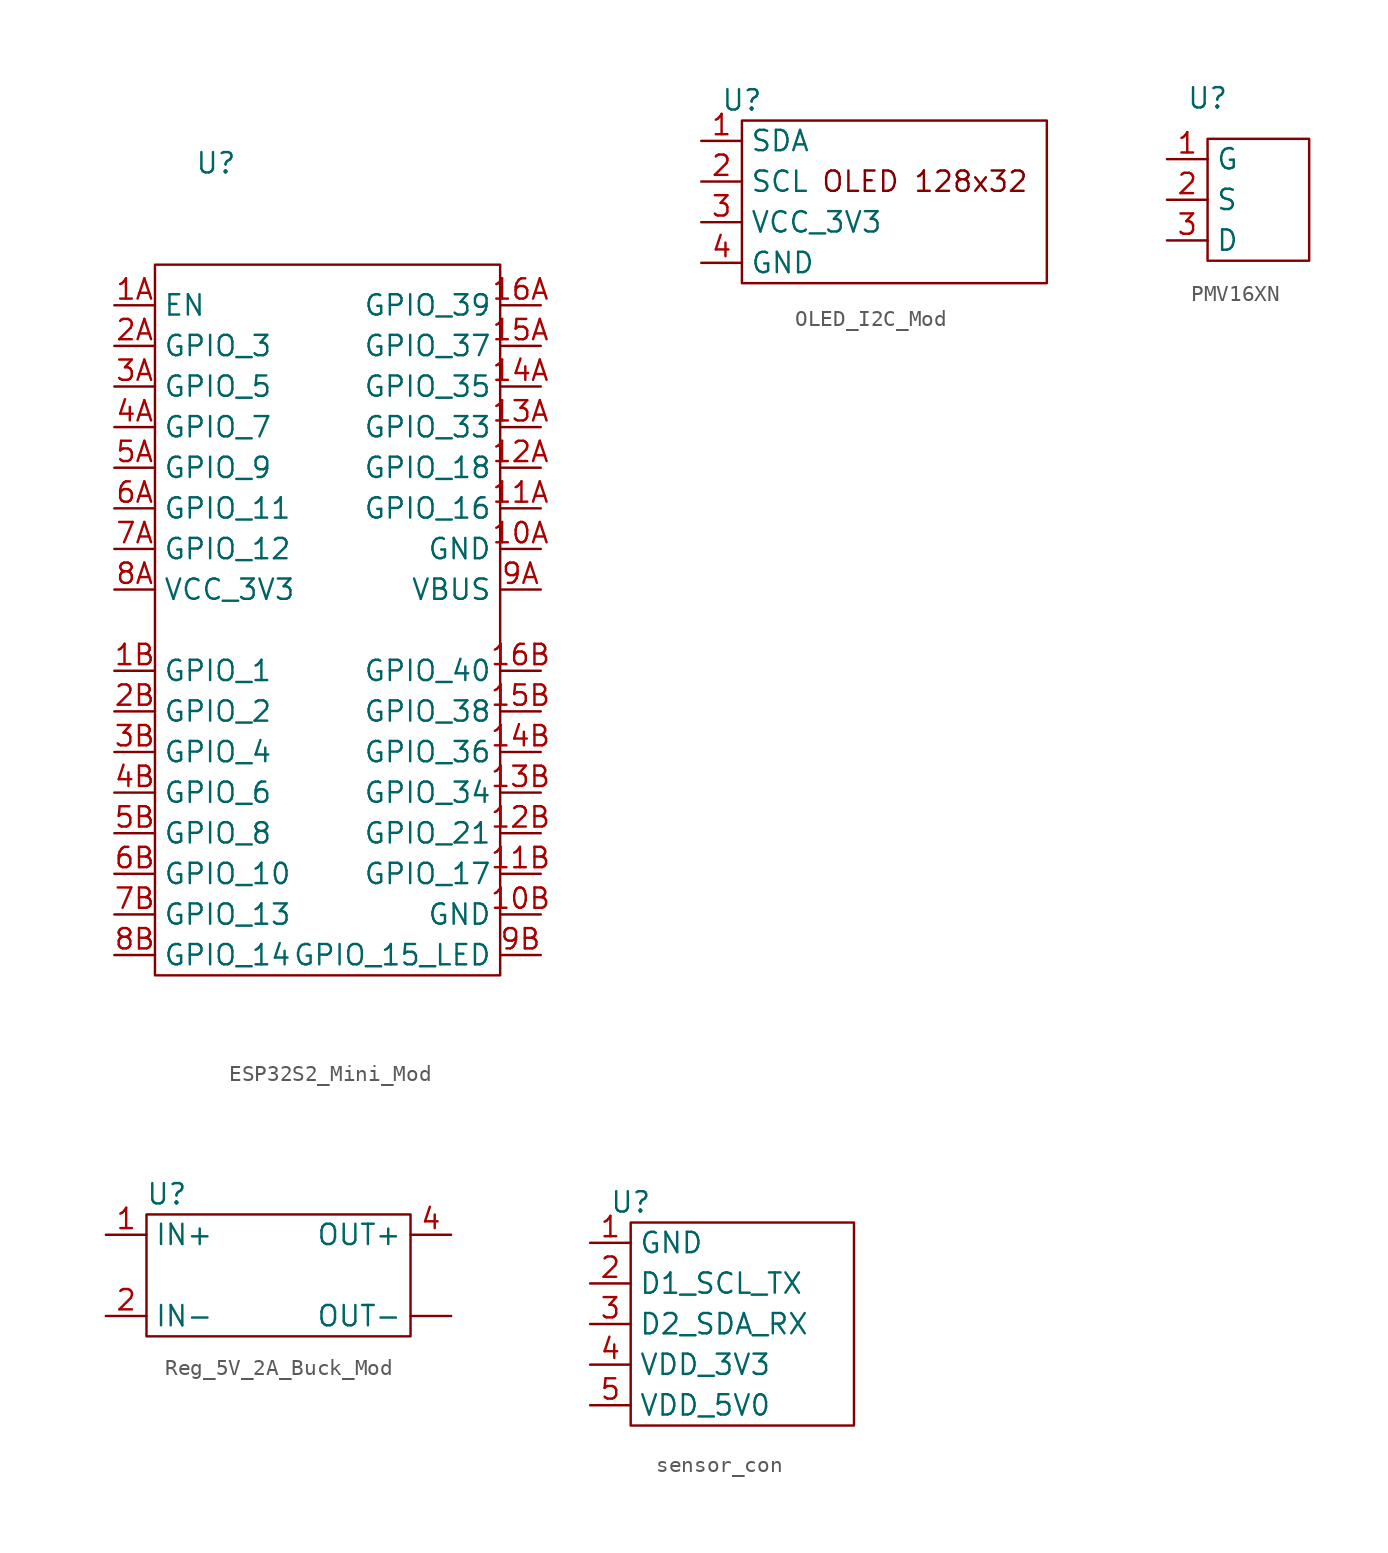
<source format=kicad_sym>
(kicad_symbol_lib
  (version 20220914)
  (generator kicad_symbol_editor)
  (symbol "ESP32S2_Mini_Mod"
    (property "Reference" "U"
      (at 0 0 0)
      (effects (font (size 1.27 1.27))))
    (property "Value" ""
      (at 0 0 0)
      (effects (font (size 1.27 1.27))))
    (symbol "ESP32S2_Mini_Mod_0_1"
      (polyline (pts (xy -3.81 -6.35) (xy 17.78 -6.35) (xy 17.78 -50.8) (xy -3.81 -50.8) (xy -3.81 -6.35)) (stroke (width 0) (type default)) (fill (type none))))
    (symbol "ESP32S2_Mini_Mod_1_1"
      (pin passive line (at 20.32 -24.13 180) (length 2.54) (name "GND" (effects (font (size 1.27 1.27)))) (number "10A" (effects (font (size 1.27 1.27)))))
      (pin passive line (at 20.32 -46.99 180) (length 2.54) (name "GND" (effects (font (size 1.27 1.27)))) (number "10B" (effects (font (size 1.27 1.27)))))
      (pin bidirectional line (at 20.32 -21.59 180) (length 2.54) (name "GPIO_16" (effects (font (size 1.27 1.27)))) (number "11A" (effects (font (size 1.27 1.27)))))
      (pin bidirectional line (at 20.32 -44.45 180) (length 2.54) (name "GPIO_17" (effects (font (size 1.27 1.27)))) (number "11B" (effects (font (size 1.27 1.27)))))
      (pin bidirectional line (at 20.32 -19.05 180) (length 2.54) (name "GPIO_18" (effects (font (size 1.27 1.27)))) (number "12A" (effects (font (size 1.27 1.27)))))
      (pin bidirectional line (at 20.32 -41.91 180) (length 2.54) (name "GPIO_21" (effects (font (size 1.27 1.27)))) (number "12B" (effects (font (size 1.27 1.27)))))
      (pin bidirectional line (at 20.32 -16.51 180) (length 2.54) (name "GPIO_33" (effects (font (size 1.27 1.27)))) (number "13A" (effects (font (size 1.27 1.27)))))
      (pin bidirectional line (at 20.32 -39.37 180) (length 2.54) (name "GPIO_34" (effects (font (size 1.27 1.27)))) (number "13B" (effects (font (size 1.27 1.27)))))
      (pin bidirectional line (at 20.32 -13.97 180) (length 2.54) (name "GPIO_35" (effects (font (size 1.27 1.27)))) (number "14A" (effects (font (size 1.27 1.27)))))
      (pin bidirectional line (at 20.32 -36.83 180) (length 2.54) (name "GPIO_36" (effects (font (size 1.27 1.27)))) (number "14B" (effects (font (size 1.27 1.27)))))
      (pin bidirectional line (at 20.32 -11.43 180) (length 2.54) (name "GPIO_37" (effects (font (size 1.27 1.27)))) (number "15A" (effects (font (size 1.27 1.27)))))
      (pin bidirectional line (at 20.32 -34.29 180) (length 2.54) (name "GPIO_38" (effects (font (size 1.27 1.27)))) (number "15B" (effects (font (size 1.27 1.27)))))
      (pin bidirectional line (at 20.32 -8.89 180) (length 2.54) (name "GPIO_39" (effects (font (size 1.27 1.27)))) (number "16A" (effects (font (size 1.27 1.27)))))
      (pin bidirectional line (at 20.32 -31.75 180) (length 2.54) (name "GPIO_40" (effects (font (size 1.27 1.27)))) (number "16B" (effects (font (size 1.27 1.27)))))
      (pin input line (at -6.35 -8.89 0) (length 2.54) (name "EN" (effects (font (size 1.27 1.27)))) (number "1A" (effects (font (size 1.27 1.27)))))
      (pin bidirectional line (at -6.35 -31.75 0) (length 2.54) (name "GPIO_1" (effects (font (size 1.27 1.27)))) (number "1B" (effects (font (size 1.27 1.27)))))
      (pin bidirectional line (at -6.35 -11.43 0) (length 2.54) (name "GPIO_3" (effects (font (size 1.27 1.27)))) (number "2A" (effects (font (size 1.27 1.27)))))
      (pin bidirectional line (at -6.35 -34.29 0) (length 2.54) (name "GPIO_2" (effects (font (size 1.27 1.27)))) (number "2B" (effects (font (size 1.27 1.27)))))
      (pin bidirectional line (at -6.35 -13.97 0) (length 2.54) (name "GPIO_5" (effects (font (size 1.27 1.27)))) (number "3A" (effects (font (size 1.27 1.27)))))
      (pin bidirectional line (at -6.35 -36.83 0) (length 2.54) (name "GPIO_4" (effects (font (size 1.27 1.27)))) (number "3B" (effects (font (size 1.27 1.27)))))
      (pin bidirectional line (at -6.35 -16.51 0) (length 2.54) (name "GPIO_7" (effects (font (size 1.27 1.27)))) (number "4A" (effects (font (size 1.27 1.27)))))
      (pin bidirectional line (at -6.35 -39.37 0) (length 2.54) (name "GPIO_6" (effects (font (size 1.27 1.27)))) (number "4B" (effects (font (size 1.27 1.27)))))
      (pin bidirectional line (at -6.35 -19.05 0) (length 2.54) (name "GPIO_9" (effects (font (size 1.27 1.27)))) (number "5A" (effects (font (size 1.27 1.27)))))
      (pin bidirectional line (at -6.35 -41.91 0) (length 2.54) (name "GPIO_8" (effects (font (size 1.27 1.27)))) (number "5B" (effects (font (size 1.27 1.27)))))
      (pin bidirectional line (at -6.35 -21.59 0) (length 2.54) (name "GPIO_11" (effects (font (size 1.27 1.27)))) (number "6A" (effects (font (size 1.27 1.27)))))
      (pin bidirectional line (at -6.35 -44.45 0) (length 2.54) (name "GPIO_10" (effects (font (size 1.27 1.27)))) (number "6B" (effects (font (size 1.27 1.27)))))
      (pin bidirectional line (at -6.35 -24.13 0) (length 2.54) (name "GPIO_12" (effects (font (size 1.27 1.27)))) (number "7A" (effects (font (size 1.27 1.27)))))
      (pin bidirectional line (at -6.35 -46.99 0) (length 2.54) (name "GPIO_13" (effects (font (size 1.27 1.27)))) (number "7B" (effects (font (size 1.27 1.27)))))
      (pin input line (at -6.35 -26.67 0) (length 2.54) (name "VCC_3V3" (effects (font (size 1.27 1.27)))) (number "8A" (effects (font (size 1.27 1.27)))))
      (pin bidirectional line (at -6.35 -49.53 0) (length 2.54) (name "GPIO_14" (effects (font (size 1.27 1.27)))) (number "8B" (effects (font (size 1.27 1.27)))))
      (pin bidirectional line (at 20.32 -26.67 180) (length 2.54) (name "VBUS" (effects (font (size 1.27 1.27)))) (number "9A" (effects (font (size 1.27 1.27)))))
      (pin bidirectional line (at 20.32 -49.53 180) (length 2.54) (name "GPIO_15_LED" (effects (font (size 1.27 1.27)))) (number "9B" (effects (font (size 1.27 1.27)))))))
  (symbol "OLED_I2C_Mod"
    (property "Reference" "U"
      (at 0 0 0)
      (effects (font (size 1.27 1.27))))
    (property "Value" ""
      (at 0 0 0)
      (effects (font (size 1.27 1.27))))
    (symbol "OLED_I2C_Mod_0_1"
      (polyline (pts (xy 0 -1.27) (xy 0 -11.43) (xy 19.05 -11.43) (xy 19.05 -1.27) (xy 0 -1.27)) (stroke (width 0) (type default)) (fill (type none))))
    (symbol "OLED_I2C_Mod_1_1"
      (text "OLED 128x32" (at 11.43 -5.08 0) (effects (font (size 1.27 1.27))))
      (pin bidirectional line (at -2.54 -2.54 0) (length 2.54) (name "SDA" (effects (font (size 1.27 1.27)))) (number "1" (effects (font (size 1.27 1.27)))))
      (pin input line (at -2.54 -5.08 0) (length 2.54) (name "SCL" (effects (font (size 1.27 1.27)))) (number "2" (effects (font (size 1.27 1.27)))))
      (pin input line (at -2.54 -7.62 0) (length 2.54) (name "VCC_3V3" (effects (font (size 1.27 1.27)))) (number "3" (effects (font (size 1.27 1.27)))))
      (pin passive line (at -2.54 -10.16 0) (length 2.54) (name "GND" (effects (font (size 1.27 1.27)))) (number "4" (effects (font (size 1.27 1.27)))))))
  (symbol "PMV16XN"
    (property "Reference" "U"
      (at 0 0 0)
      (effects (font (size 1.27 1.27))))
    (property "Value" ""
      (at 0 0 0)
      (effects (font (size 1.27 1.27))))
    (symbol "PMV16XN_0_1"
      (polyline (pts (xy 0 -2.54) (xy 0 -10.16) (xy 6.35 -10.16) (xy 6.35 -2.54) (xy 0 -2.54)) (stroke (width 0) (type default)) (fill (type none))))
    (symbol "PMV16XN_1_1"
      (pin input line (at -2.54 -3.81 0) (length 2.54) (name "G" (effects (font (size 1.27 1.27)))) (number "1" (effects (font (size 1.27 1.27)))))
      (pin input line (at -2.54 -6.35 0) (length 2.54) (name "S" (effects (font (size 1.27 1.27)))) (number "2" (effects (font (size 1.27 1.27)))))
      (pin output line (at -2.54 -8.89 0) (length 2.54) (name "D" (effects (font (size 1.27 1.27)))) (number "3" (effects (font (size 1.27 1.27)))))))
  (symbol "Reg_5V_2A_Buck_Mod"
    (property "Reference" "U"
      (at 3.81 0 0)
      (effects (font (size 1.27 1.27))))
    (property "Value" ""
      (at 0 0 0)
      (effects (font (size 1.27 1.27))))
    (symbol "Reg_5V_2A_Buck_Mod_0_1"
      (rectangle (start 2.54 -1.27) (end 19.05 -8.89) (stroke (width 0) (type default)) (fill (type none))))
    (symbol "Reg_5V_2A_Buck_Mod_1_1"
      (pin passive line (at 21.59 -7.62 180) (length 2.54) (name "OUT-" (effects (font (size 1.27 1.27)))) (number "" (effects (font (size 1.27 1.27)))))
      (pin power_in line (at 0 -2.54 0) (length 2.54) (name "IN+" (effects (font (size 1.27 1.27)))) (number "1" (effects (font (size 1.27 1.27)))))
      (pin passive line (at 0 -7.62 0) (length 2.54) (name "IN-" (effects (font (size 1.27 1.27)))) (number "2" (effects (font (size 1.27 1.27)))))
      (pin power_out line (at 21.59 -2.54 180) (length 2.54) (name "OUT+" (effects (font (size 1.27 1.27)))) (number "4" (effects (font (size 1.27 1.27)))))))
  (symbol "sensor_con"
    (property "Reference" "U"
      (at 0 0 0)
      (effects (font (size 1.27 1.27))))
    (property "Value" ""
      (at 0 0 0)
      (effects (font (size 1.27 1.27))))
    (symbol "sensor_con_0_1"
      (polyline (pts (xy 0 -1.27) (xy 0 -13.97) (xy 13.97 -13.97) (xy 13.97 -1.27) (xy 0 -1.27)) (stroke (width 0) (type default)) (fill (type none))))
    (symbol "sensor_con_1_1"
      (pin passive line (at -2.54 -2.54 0) (length 2.54) (name "GND" (effects (font (size 1.27 1.27)))) (number "1" (effects (font (size 1.27 1.27)))))
      (pin bidirectional line (at -2.54 -5.08 0) (length 2.54) (name "D1_SCL_TX" (effects (font (size 1.27 1.27)))) (number "2" (effects (font (size 1.27 1.27)))))
      (pin bidirectional line (at -2.54 -7.62 0) (length 2.54) (name "D2_SDA_RX" (effects (font (size 1.27 1.27)))) (number "3" (effects (font (size 1.27 1.27)))))
      (pin input line (at -2.54 -10.16 0) (length 2.54) (name "VDD_3V3" (effects (font (size 1.27 1.27)))) (number "4" (effects (font (size 1.27 1.27)))))
      (pin input line (at -2.54 -12.7 0) (length 2.54) (name "VDD_5V0" (effects (font (size 1.27 1.27)))) (number "5" (effects (font (size 1.27 1.27))))))))
</source>
